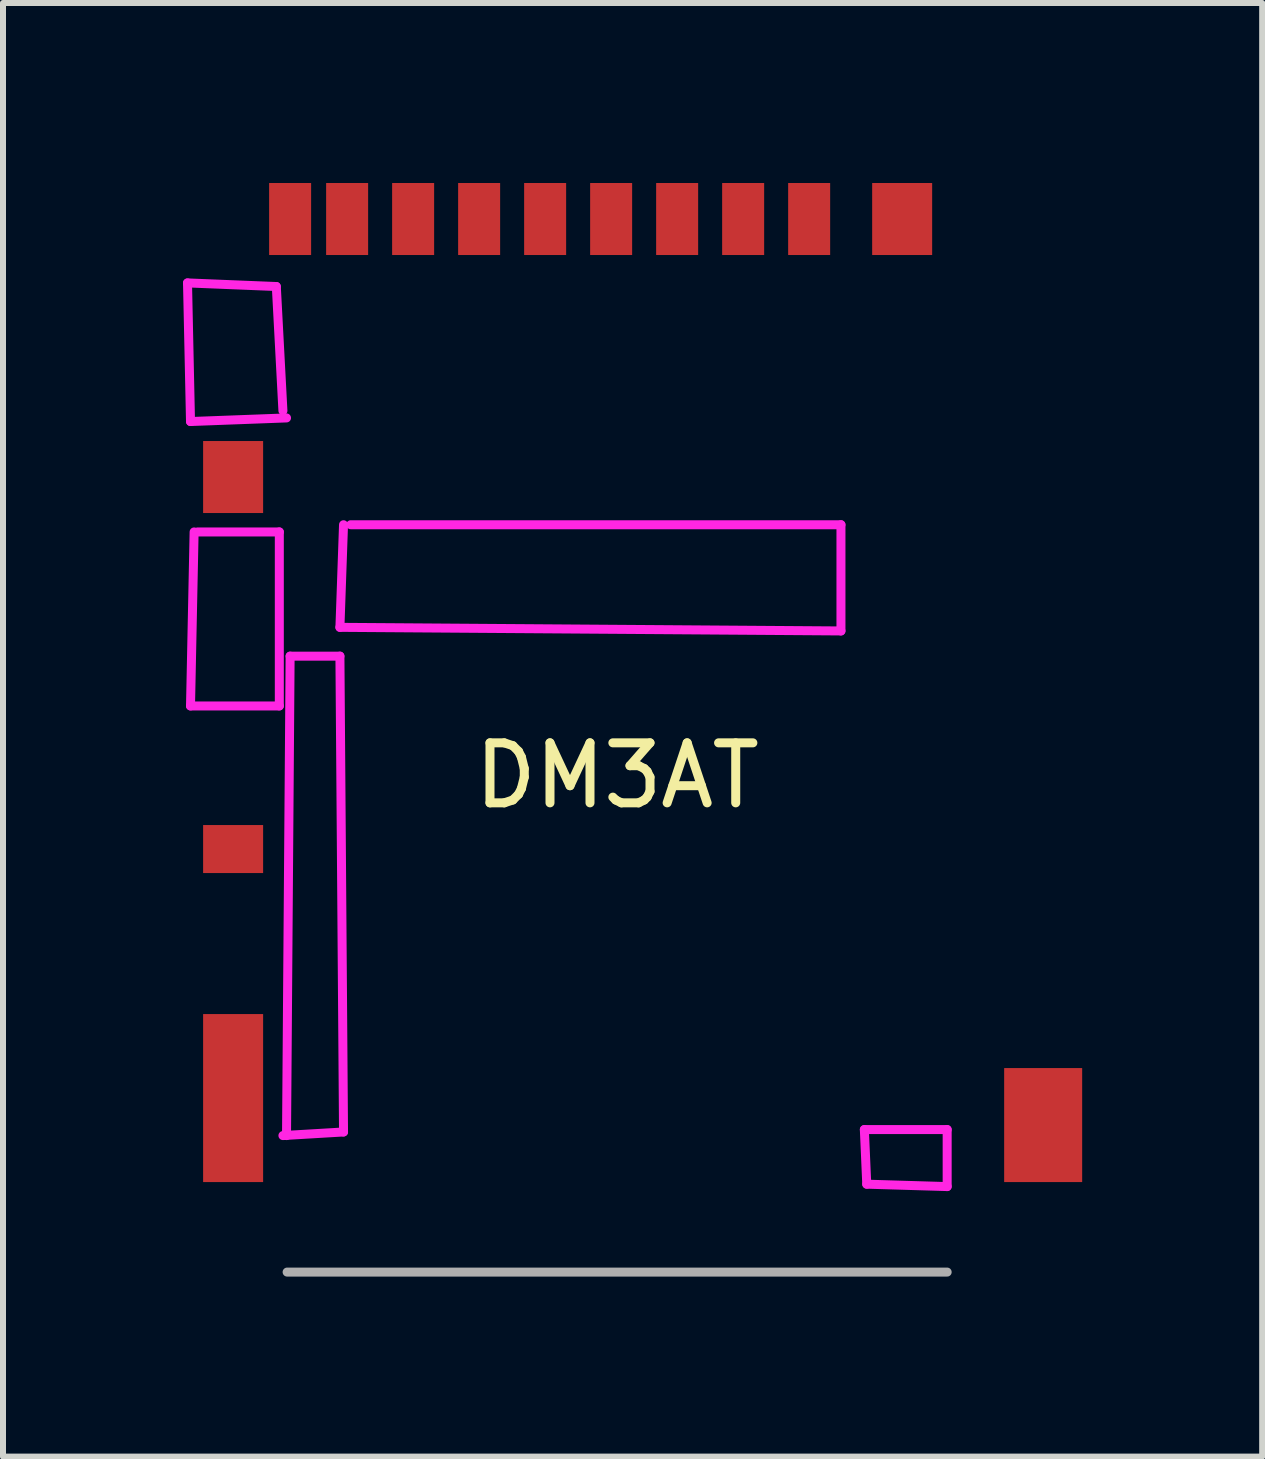
<source format=kicad_pcb>
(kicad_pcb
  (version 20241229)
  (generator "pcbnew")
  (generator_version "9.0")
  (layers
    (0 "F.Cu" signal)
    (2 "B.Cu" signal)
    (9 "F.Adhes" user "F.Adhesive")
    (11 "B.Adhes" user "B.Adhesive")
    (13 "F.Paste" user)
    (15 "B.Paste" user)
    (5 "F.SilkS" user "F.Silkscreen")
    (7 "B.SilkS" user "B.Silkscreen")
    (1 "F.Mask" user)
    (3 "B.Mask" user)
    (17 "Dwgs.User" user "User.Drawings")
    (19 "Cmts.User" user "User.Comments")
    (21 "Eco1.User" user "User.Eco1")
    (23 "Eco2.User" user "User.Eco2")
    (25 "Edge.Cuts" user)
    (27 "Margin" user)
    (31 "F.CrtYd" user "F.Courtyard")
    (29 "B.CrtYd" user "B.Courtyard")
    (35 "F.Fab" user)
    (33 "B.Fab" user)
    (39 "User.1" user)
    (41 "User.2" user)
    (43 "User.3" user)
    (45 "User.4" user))
  (footprint "DM3AT"
    (layer "F.Cu")
    (at 7.235 9.375)
    (property "Reference" "DM3AT" (at 0 0.5 0) (layer "F.SilkS") (effects (font (size 1 1) (thickness 0.15))))
    (attr through_hole)
    (fp_line (start -7.16 -7.71) (end -7.11 -5.4) (stroke (width 0.15) (type solid)) (layer "F.CrtYd"))
    (fp_line (start -7.11 -5.4) (end -5.51 -5.46) (stroke (width 0.15) (type solid)) (layer "F.CrtYd"))
    (fp_line (start -7.11 -0.66) (end -7.05 -3.56) (stroke (width 0.15) (type solid)) (layer "F.CrtYd"))
    (fp_line (start -6.99 -3.56) (end -5.63 -3.56) (stroke (width 0.15) (type solid)) (layer "F.CrtYd"))
    (fp_line (start -5.68 -7.65) (end -7.16 -7.71) (stroke (width 0.15) (type solid)) (layer "F.CrtYd"))
    (fp_line (start -5.63 -3.56) (end -5.63 -0.66) (stroke (width 0.15) (type solid)) (layer "F.CrtYd"))
    (fp_line (start -5.63 -0.66) (end -7.11 -0.66) (stroke (width 0.15) (type solid)) (layer "F.CrtYd"))
    (fp_line (start -5.57 -5.58) (end -5.68 -7.65) (stroke (width 0.15) (type solid)) (layer "F.CrtYd"))
    (fp_line (start -5.51 6.5) (end -5.45 -1.49) (stroke (width 0.15) (type solid)) (layer "F.CrtYd"))
    (fp_line (start -5.45 -1.49) (end -4.62 -1.49) (stroke (width 0.15) (type solid)) (layer "F.CrtYd"))
    (fp_line (start -4.62 -1.97) (end -4.56 -3.68) (stroke (width 0.15) (type solid)) (layer "F.CrtYd"))
    (fp_line (start -4.62 -1.49) (end -4.56 6.44) (stroke (width 0.15) (type solid)) (layer "F.CrtYd"))
    (fp_line (start -4.56 6.44) (end -5.57 6.5) (stroke (width 0.15) (type solid)) (layer "F.CrtYd"))
    (fp_line (start -4.44 -3.68) (end 3.73 -3.68) (stroke (width 0.15) (type solid)) (layer "F.CrtYd"))
    (fp_line (start 3.73 -3.68) (end 3.73 -1.91) (stroke (width 0.15) (type solid)) (layer "F.CrtYd"))
    (fp_line (start 3.73 -1.91) (end -4.62 -1.97) (stroke (width 0.15) (type solid)) (layer "F.CrtYd"))
    (fp_line (start 4.12 6.4) (end 5.5 6.4) (stroke (width 0.15) (type solid)) (layer "F.CrtYd"))
    (fp_line (start 4.16 7.31) (end 4.12 6.4) (stroke (width 0.15) (type solid)) (layer "F.CrtYd"))
    (fp_line (start 5.5 6.4) (end 5.5 7.35) (stroke (width 0.15) (type solid)) (layer "F.CrtYd"))
    (fp_line (start 5.5 7.35) (end 4.16 7.31) (stroke (width 0.15) (type solid)) (layer "F.CrtYd"))
    (fp_line (start -5.5 8.775) (end 5.5 8.775) (stroke (width 0.15) (type solid)) (layer "F.Fab"))
    (pad "1" smd rect (at 3.2 -8.775) (size 0.7 1.2) (layers "F.Cu" "F.Mask" "F.Paste"))
    (pad "2" smd rect (at 2.1 -8.775) (size 0.7 1.2) (layers "F.Cu" "F.Mask" "F.Paste"))
    (pad "3" smd rect (at 1 -8.775) (size 0.7 1.2) (layers "F.Cu" "F.Mask" "F.Paste"))
    (pad "4" smd rect (at -0.1 -8.775) (size 0.7 1.2) (layers "F.Cu" "F.Mask" "F.Paste"))
    (pad "5" smd rect (at -1.2 -8.775) (size 0.7 1.2) (layers "F.Cu" "F.Mask" "F.Paste"))
    (pad "6" smd rect (at -2.3 -8.775) (size 0.7 1.2) (layers "F.Cu" "F.Mask" "F.Paste"))
    (pad "7" smd rect (at -3.4 -8.775) (size 0.7 1.2) (layers "F.Cu" "F.Mask" "F.Paste"))
    (pad "8" smd rect (at -4.5 -8.775) (size 0.7 1.2) (layers "F.Cu" "F.Mask" "F.Paste"))
    (pad "9" smd rect (at -6.4 1.725) (size 1 0.8) (layers "F.Cu" "F.Mask" "F.Paste"))
    (pad "9" smd rect (at -5.45 -8.775) (size 0.7 1.2) (layers "F.Cu" "F.Mask" "F.Paste"))
    (pad "10" smd rect (at 4.75 -8.775) (size 1 1.2) (layers "F.Cu" "F.Mask" "F.Paste"))
    (pad "11" smd rect (at 7.1 6.325) (size 1.3 1.9) (layers "F.Cu" "F.Mask" "F.Paste"))
    (pad "12" smd rect (at -6.4 5.875) (size 1 2.8) (layers "F.Cu" "F.Mask" "F.Paste"))
    (pad "13" smd rect (at -6.4 -4.475) (size 1 1.2) (layers "F.Cu" "F.Mask" "F.Paste")))
  (gr_rect
    (start -3 -3)
    (end 17.985 21.225)
    (stroke (width 0.1) (type default))
    (fill no)
    (layer "Edge.Cuts")))
</source>
